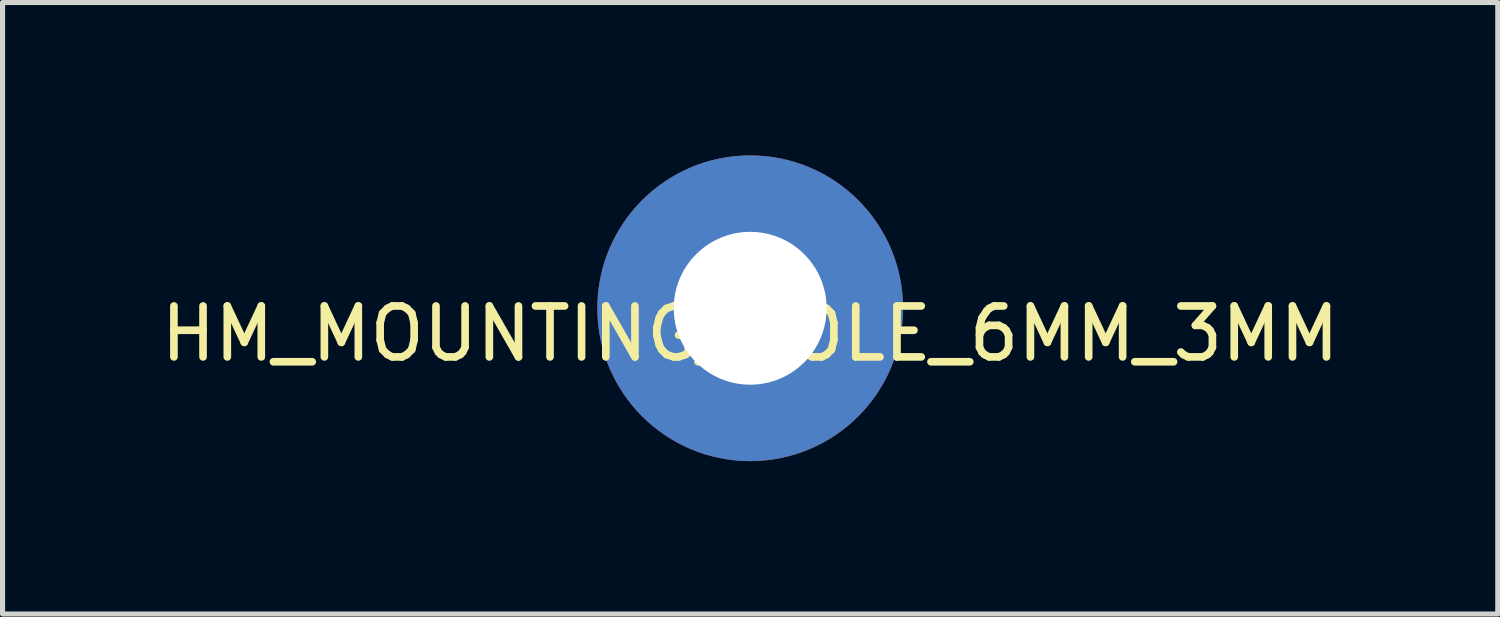
<source format=kicad_pcb>
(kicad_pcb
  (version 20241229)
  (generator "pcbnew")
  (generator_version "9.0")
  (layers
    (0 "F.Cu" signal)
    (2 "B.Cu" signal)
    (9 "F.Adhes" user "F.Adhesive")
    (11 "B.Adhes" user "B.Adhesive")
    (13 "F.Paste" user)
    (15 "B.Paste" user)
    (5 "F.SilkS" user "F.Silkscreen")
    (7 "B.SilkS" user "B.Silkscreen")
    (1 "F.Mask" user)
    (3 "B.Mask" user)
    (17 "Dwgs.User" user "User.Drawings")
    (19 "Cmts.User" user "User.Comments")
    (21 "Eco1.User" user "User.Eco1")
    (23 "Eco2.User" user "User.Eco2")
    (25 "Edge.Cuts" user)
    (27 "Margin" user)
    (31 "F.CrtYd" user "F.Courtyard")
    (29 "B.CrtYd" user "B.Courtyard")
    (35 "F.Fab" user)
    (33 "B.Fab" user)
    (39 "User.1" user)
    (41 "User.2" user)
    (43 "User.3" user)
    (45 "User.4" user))
  (footprint "HM_MOUNTING_HOLE_6MM_3MM"
    (layer "F.Cu")
    (at 11.673 3)
    (property "Reference" "HM_MOUNTING_HOLE_6MM_3MM" (at 0 0.5 0) (layer "F.SilkS") (effects (font (size 1 1) (thickness 0.15))))
    (attr through_hole)
    (pad "1" thru_hole circle (at 0 0) (size 6 6) (drill 3) (layers "*.Cu" "*.Mask")))
  (gr_rect
    (start -3 -3)
    (end 26.345 9)
    (stroke (width 0.1) (type default))
    (fill no)
    (layer "Edge.Cuts")))
</source>
